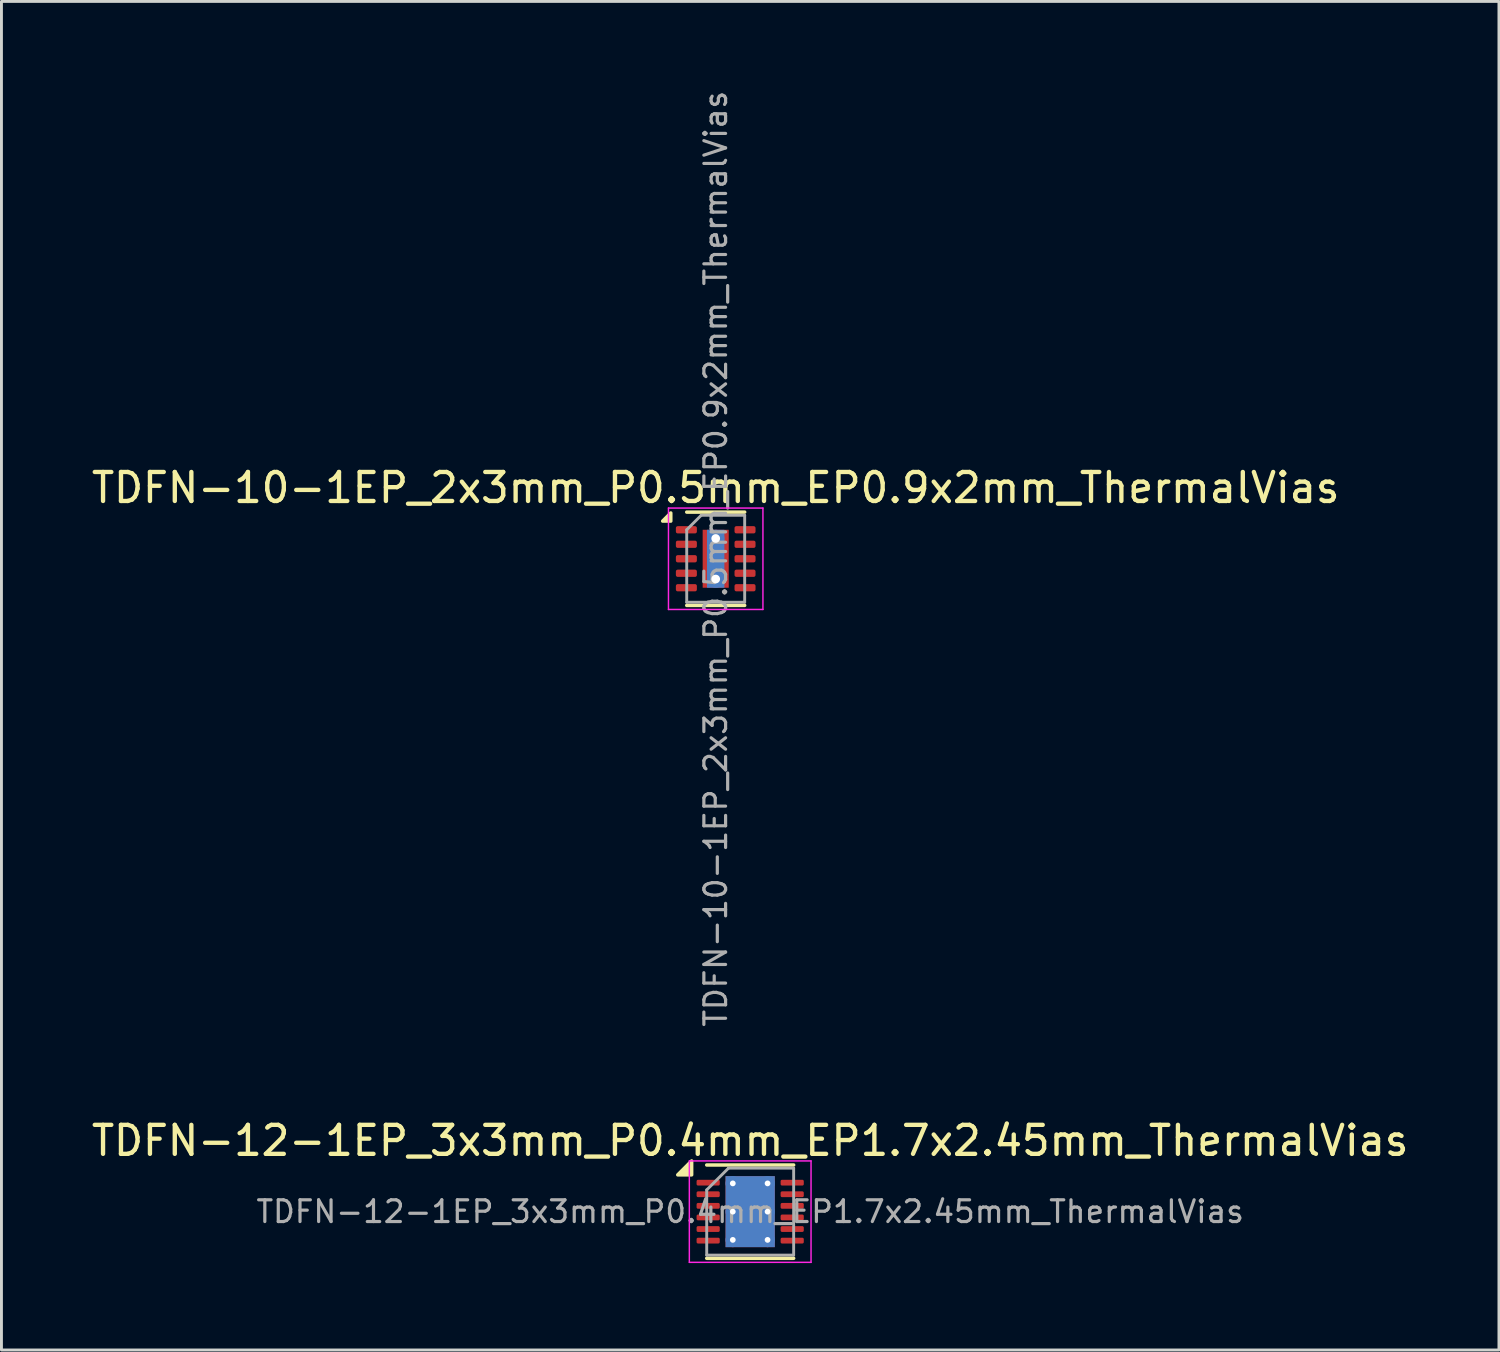
<source format=kicad_pcb>
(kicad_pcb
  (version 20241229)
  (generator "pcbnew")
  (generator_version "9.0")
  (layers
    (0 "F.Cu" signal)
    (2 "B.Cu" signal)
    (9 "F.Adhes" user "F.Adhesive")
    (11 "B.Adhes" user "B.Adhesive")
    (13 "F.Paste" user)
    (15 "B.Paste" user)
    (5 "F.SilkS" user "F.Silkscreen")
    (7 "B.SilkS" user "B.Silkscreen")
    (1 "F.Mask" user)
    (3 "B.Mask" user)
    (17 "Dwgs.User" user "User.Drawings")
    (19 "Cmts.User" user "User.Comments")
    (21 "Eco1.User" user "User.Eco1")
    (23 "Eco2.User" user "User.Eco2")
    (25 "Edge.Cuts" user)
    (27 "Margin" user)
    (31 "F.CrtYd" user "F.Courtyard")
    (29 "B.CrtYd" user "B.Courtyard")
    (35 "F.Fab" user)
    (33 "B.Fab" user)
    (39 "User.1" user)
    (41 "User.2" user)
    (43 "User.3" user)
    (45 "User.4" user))
  (footprint "TDFN-12-1EP_3x3mm_P0.4mm_EP1.7x2.45mm_ThermalVias"
    (layer "F.Cu")
    (at 22.839 38.764)
    (property "Reference" "TDFN-12-1EP_3x3mm_P0.4mm_EP1.7x2.45mm_ThermalVias" (at 0 -2.45 0) (layer "F.SilkS") (effects (font (size 1 1) (thickness 0.15))))
    (attr smd)
    (fp_line (start -1.5 -1.61) (end 1.5 -1.61) (stroke (width 0.12) (type solid)) (layer "F.SilkS"))
    (fp_line (start -1.5 1.61) (end 1.5 1.61) (stroke (width 0.12) (type solid)) (layer "F.SilkS"))
    (fp_poly (pts (xy -2.02 -1.27) (xy -2.5 -1.27) (xy -2.02 -1.75) (xy -2.02 -1.27)) (stroke (width 0.12) (type solid)) (fill yes) (layer "F.SilkS"))
    (fp_line (start -2.1 -1.75) (end -2.1 1.75) (stroke (width 0.05) (type solid)) (layer "F.CrtYd"))
    (fp_line (start -2.1 1.75) (end 2.1 1.75) (stroke (width 0.05) (type solid)) (layer "F.CrtYd"))
    (fp_line (start 2.1 -1.75) (end -2.1 -1.75) (stroke (width 0.05) (type solid)) (layer "F.CrtYd"))
    (fp_line (start 2.1 1.75) (end 2.1 -1.75) (stroke (width 0.05) (type solid)) (layer "F.CrtYd"))
    (fp_line (start -1.5 -0.75) (end -0.75 -1.5) (stroke (width 0.1) (type solid)) (layer "F.Fab"))
    (fp_line (start -1.5 1.5) (end -1.5 -0.75) (stroke (width 0.1) (type solid)) (layer "F.Fab"))
    (fp_line (start -0.75 -1.5) (end 1.5 -1.5) (stroke (width 0.1) (type solid)) (layer "F.Fab"))
    (fp_line (start 1.5 -1.5) (end 1.5 1.5) (stroke (width 0.1) (type solid)) (layer "F.Fab"))
    (fp_line (start 1.5 1.5) (end -1.5 1.5) (stroke (width 0.1) (type solid)) (layer "F.Fab"))
    (fp_text user "${REFERENCE}" (at 0 0 0) (layer "F.Fab") (effects (font (size 0.75 0.75) (thickness 0.11))))
    (pad "" smd roundrect (at -0.57 -0.915) (size 0.46 0.49) (layers "F.Paste") (roundrect_rratio 0.25))
    (pad "" smd roundrect (at -0.57 -0.305) (size 0.46 0.49) (layers "F.Paste") (roundrect_rratio 0.25))
    (pad "" smd roundrect (at -0.57 0.305) (size 0.46 0.49) (layers "F.Paste") (roundrect_rratio 0.25))
    (pad "" smd roundrect (at -0.57 0.915) (size 0.46 0.49) (layers "F.Paste") (roundrect_rratio 0.25))
    (pad "" smd roundrect (at 0 -0.915) (size 0.46 0.49) (layers "F.Paste") (roundrect_rratio 0.25))
    (pad "" smd roundrect (at 0 -0.305) (size 0.46 0.49) (layers "F.Paste") (roundrect_rratio 0.25))
    (pad "" smd roundrect (at 0 0.305) (size 0.46 0.49) (layers "F.Paste") (roundrect_rratio 0.25))
    (pad "" smd roundrect (at 0 0.915) (size 0.46 0.49) (layers "F.Paste") (roundrect_rratio 0.25))
    (pad "" smd roundrect (at 0.57 -0.915) (size 0.46 0.49) (layers "F.Paste") (roundrect_rratio 0.25))
    (pad "" smd roundrect (at 0.57 -0.305) (size 0.46 0.49) (layers "F.Paste") (roundrect_rratio 0.25))
    (pad "" smd roundrect (at 0.57 0.305) (size 0.46 0.49) (layers "F.Paste") (roundrect_rratio 0.25))
    (pad "" smd roundrect (at 0.57 0.915) (size 0.46 0.49) (layers "F.Paste") (roundrect_rratio 0.25))
    (pad "1" smd roundrect (at -1.45 -1) (size 0.8 0.2) (layers "F.Cu" "F.Mask" "F.Paste") (roundrect_rratio 0.25))
    (pad "2" smd roundrect (at -1.45 -0.6) (size 0.8 0.2) (layers "F.Cu" "F.Mask" "F.Paste") (roundrect_rratio 0.25))
    (pad "3" smd roundrect (at -1.45 -0.2) (size 0.8 0.2) (layers "F.Cu" "F.Mask" "F.Paste") (roundrect_rratio 0.25))
    (pad "4" smd roundrect (at -1.45 0.2) (size 0.8 0.2) (layers "F.Cu" "F.Mask" "F.Paste") (roundrect_rratio 0.25))
    (pad "5" smd roundrect (at -1.45 0.6) (size 0.8 0.2) (layers "F.Cu" "F.Mask" "F.Paste") (roundrect_rratio 0.25))
    (pad "6" smd roundrect (at -1.45 1) (size 0.8 0.2) (layers "F.Cu" "F.Mask" "F.Paste") (roundrect_rratio 0.25))
    (pad "7" smd roundrect (at 1.45 1) (size 0.8 0.2) (layers "F.Cu" "F.Mask" "F.Paste") (roundrect_rratio 0.25))
    (pad "8" smd roundrect (at 1.45 0.6) (size 0.8 0.2) (layers "F.Cu" "F.Mask" "F.Paste") (roundrect_rratio 0.25))
    (pad "9" smd roundrect (at 1.45 0.2) (size 0.8 0.2) (layers "F.Cu" "F.Mask" "F.Paste") (roundrect_rratio 0.25))
    (pad "10" smd roundrect (at 1.45 -0.2) (size 0.8 0.2) (layers "F.Cu" "F.Mask" "F.Paste") (roundrect_rratio 0.25))
    (pad "11" smd roundrect (at 1.45 -0.6) (size 0.8 0.2) (layers "F.Cu" "F.Mask" "F.Paste") (roundrect_rratio 0.25))
    (pad "12" smd roundrect (at 1.45 -1) (size 0.8 0.2) (layers "F.Cu" "F.Mask" "F.Paste") (roundrect_rratio 0.25))
    (pad "13" thru_hole circle (at -0.6 -0.975) (size 0.5 0.5) (drill 0.2) (property pad_prop_heatsink) (layers "*.Cu"))
    (pad "13" thru_hole circle (at -0.6 0) (size 0.5 0.5) (drill 0.2) (property pad_prop_heatsink) (layers "*.Cu"))
    (pad "13" thru_hole circle (at -0.6 0.975) (size 0.5 0.5) (drill 0.2) (property pad_prop_heatsink) (layers "*.Cu"))
    (pad "13" smd rect (at 0 0) (size 1.7 2.45) (property pad_prop_heatsink) (layers "F.Cu" "F.Mask"))
    (pad "13" smd rect (at 0 0) (size 1.7 2.45) (property pad_prop_heatsink) (layers "B.Cu"))
    (pad "13" thru_hole circle (at 0.6 -0.975) (size 0.5 0.5) (drill 0.2) (property pad_prop_heatsink) (layers "*.Cu"))
    (pad "13" thru_hole circle (at 0.6 0) (size 0.5 0.5) (drill 0.2) (property pad_prop_heatsink) (layers "*.Cu"))
    (pad "13" thru_hole circle (at 0.6 0.975) (size 0.5 0.5) (drill 0.2) (property pad_prop_heatsink) (layers "*.Cu")))
  (footprint "TDFN-10-1EP_2x3mm_P0.5mm_EP0.9x2mm_ThermalVias"
    (layer "F.Cu")
    (at 21.649 16.233)
    (property "Reference" "TDFN-10-1EP_2x3mm_P0.5mm_EP0.9x2mm_ThermalVias" (at 0 -2.45 0) (layer "F.SilkS") (effects (font (size 1 1) (thickness 0.15))))
    (attr smd)
    (fp_line (start -1 -1.61) (end 1 -1.61) (stroke (width 0.12) (type solid)) (layer "F.SilkS"))
    (fp_line (start -1 1.61) (end 1 1.61) (stroke (width 0.12) (type solid)) (layer "F.SilkS"))
    (fp_poly (pts (xy -1.55 -1.3) (xy -1.83 -1.3) (xy -1.55 -1.58) (xy -1.55 -1.3)) (stroke (width 0.12) (type solid)) (fill yes) (layer "F.SilkS"))
    (fp_line (start -1.63 -1.75) (end -1.63 1.75) (stroke (width 0.05) (type solid)) (layer "F.CrtYd"))
    (fp_line (start -1.63 1.75) (end 1.63 1.75) (stroke (width 0.05) (type solid)) (layer "F.CrtYd"))
    (fp_line (start 1.63 -1.75) (end -1.63 -1.75) (stroke (width 0.05) (type solid)) (layer "F.CrtYd"))
    (fp_line (start 1.63 1.75) (end 1.63 -1.75) (stroke (width 0.05) (type solid)) (layer "F.CrtYd"))
    (fp_line (start -1 -1) (end -0.5 -1.5) (stroke (width 0.1) (type solid)) (layer "F.Fab"))
    (fp_line (start -1 1.5) (end -1 -1) (stroke (width 0.1) (type solid)) (layer "F.Fab"))
    (fp_line (start -0.5 -1.5) (end 1 -1.5) (stroke (width 0.1) (type solid)) (layer "F.Fab"))
    (fp_line (start 1 -1.5) (end 1 1.5) (stroke (width 0.1) (type solid)) (layer "F.Fab"))
    (fp_line (start 1 1.5) (end -1 1.5) (stroke (width 0.1) (type solid)) (layer "F.Fab"))
    (fp_text user "${REFERENCE}" (at 0 0 90) (layer "F.Fab") (effects (font (size 0.75 0.75) (thickness 0.11))))
    (pad "" smd roundrect (at 0 -0.5) (size 0.73 0.81) (layers "F.Paste") (roundrect_rratio 0.25))
    (pad "" smd roundrect (at 0 0.5) (size 0.73 0.81) (layers "F.Paste") (roundrect_rratio 0.25))
    (pad "1" smd roundrect (at -1.012 -1) (size 0.725 0.25) (layers "F.Cu" "F.Mask" "F.Paste") (roundrect_rratio 0.25))
    (pad "2" smd roundrect (at -1.012 -0.5) (size 0.725 0.25) (layers "F.Cu" "F.Mask" "F.Paste") (roundrect_rratio 0.25))
    (pad "3" smd roundrect (at -1.012 0) (size 0.725 0.25) (layers "F.Cu" "F.Mask" "F.Paste") (roundrect_rratio 0.25))
    (pad "4" smd roundrect (at -1.012 0.5) (size 0.725 0.25) (layers "F.Cu" "F.Mask" "F.Paste") (roundrect_rratio 0.25))
    (pad "5" smd roundrect (at -1.012 1) (size 0.725 0.25) (layers "F.Cu" "F.Mask" "F.Paste") (roundrect_rratio 0.25))
    (pad "6" smd roundrect (at 1.012 1) (size 0.725 0.25) (layers "F.Cu" "F.Mask" "F.Paste") (roundrect_rratio 0.25))
    (pad "7" smd roundrect (at 1.012 0.5) (size 0.725 0.25) (layers "F.Cu" "F.Mask" "F.Paste") (roundrect_rratio 0.25))
    (pad "8" smd roundrect (at 1.012 0) (size 0.725 0.25) (layers "F.Cu" "F.Mask" "F.Paste") (roundrect_rratio 0.25))
    (pad "9" smd roundrect (at 1.012 -0.5) (size 0.725 0.25) (layers "F.Cu" "F.Mask" "F.Paste") (roundrect_rratio 0.25))
    (pad "10" smd roundrect (at 1.012 -1) (size 0.725 0.25) (layers "F.Cu" "F.Mask" "F.Paste") (roundrect_rratio 0.25))
    (pad "11" thru_hole circle (at 0 -0.7) (size 0.6 0.6) (drill 0.3) (property pad_prop_heatsink) (layers "*.Cu"))
    (pad "11" smd rect (at 0 0) (size 0.6 2) (property pad_prop_heatsink) (layers "B.Cu"))
    (pad "11" smd rect (at 0 0) (size 0.9 2) (property pad_prop_heatsink) (layers "F.Cu" "F.Mask"))
    (pad "11" thru_hole circle (at 0 0.7) (size 0.6 0.6) (drill 0.3) (property pad_prop_heatsink) (layers "*.Cu")))
  (gr_rect
    (start -3 -3)
    (end 48.679 43.539)
    (stroke (width 0.1) (type default))
    (fill no)
    (layer "Edge.Cuts")))
</source>
